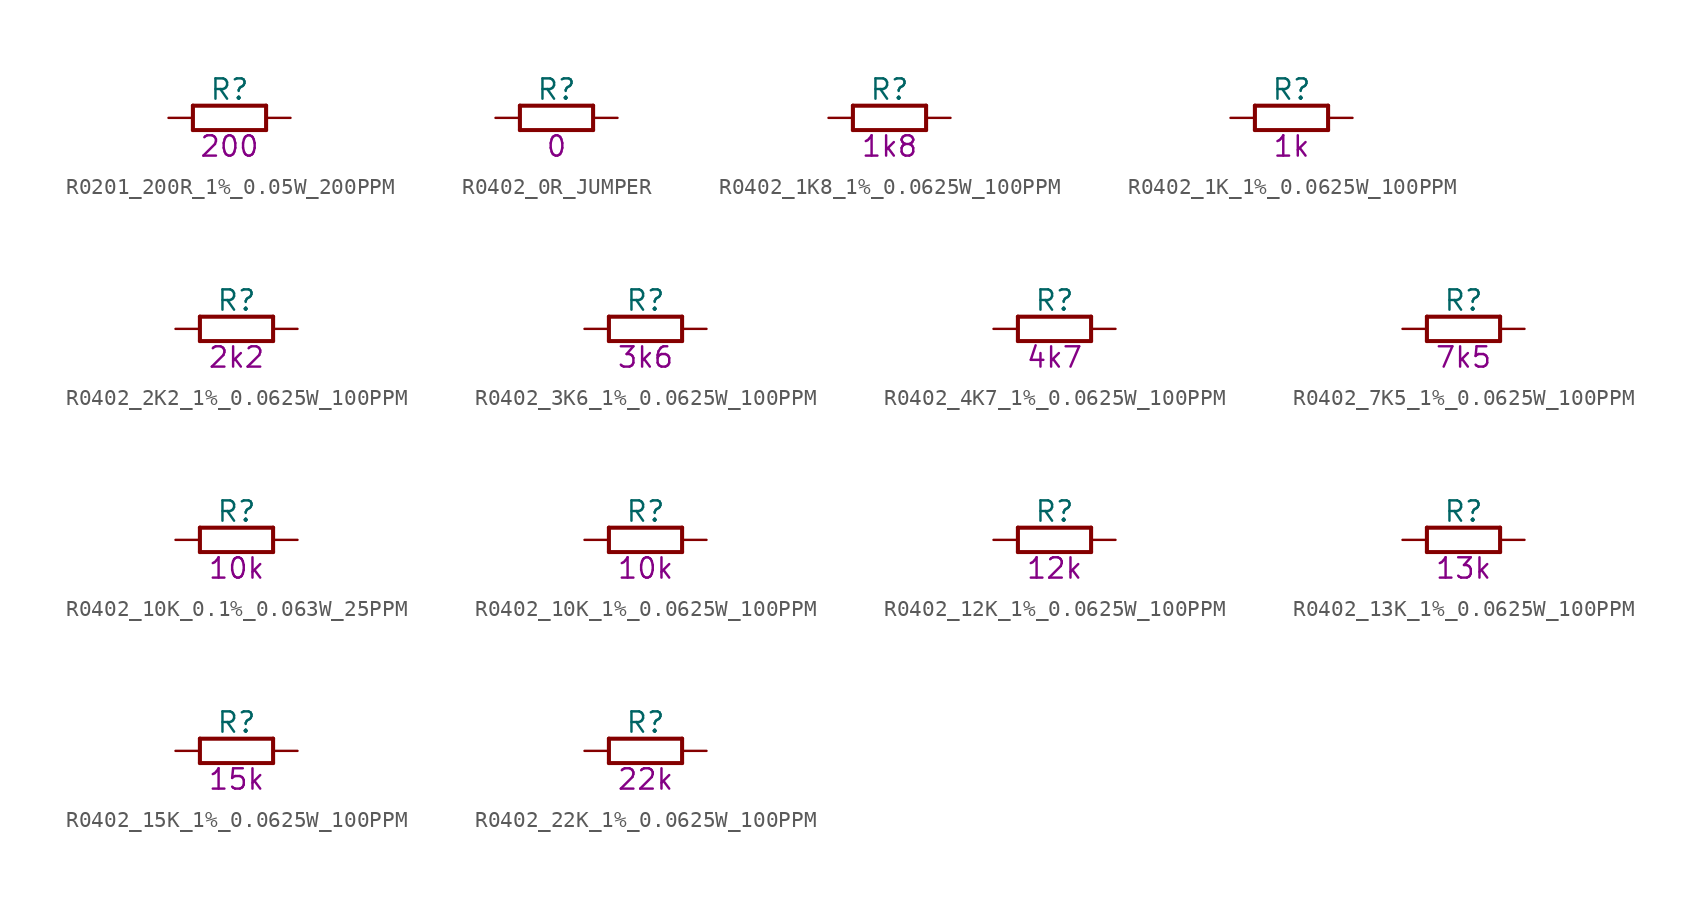
<source format=kicad_sym>
(kicad_symbol_lib
  (version 20211014)
  (generator kicad_symbol_editor)
  (symbol "R0201_200R_1%_0.05W_200PPM"
    (pin_names
      (offset 1.27))
    (property "Reference" "R"
      (at 3.81 1.778 0)
      (effects (font (size 1.27 1.27))))
    (property "Val" "200"
      (at 3.81 -1.778 0)
      (effects (font (size 1.27 1.27))))
    (property "ki_locked" ""
      (at 0 0 0)
      (effects (font (size 1.27 1.27))))
    (symbol "R0201_200R_1%_0.05W_200PPM_0_1"
      (polyline (pts (xy 1.524 -0.762) (xy 6.096 -0.762)) (stroke (width 0.254) (type default) (color 0 0 0 0)) (fill (type none)))
      (polyline (pts (xy 1.524 0.762) (xy 1.524 -0.762)) (stroke (width 0.254) (type default) (color 0 0 0 0)) (fill (type none)))
      (polyline (pts (xy 6.096 -0.762) (xy 6.096 0.762)) (stroke (width 0.254) (type default) (color 0 0 0 0)) (fill (type none)))
      (polyline (pts (xy 6.096 0.762) (xy 1.524 0.762)) (stroke (width 0.254) (type default) (color 0 0 0 0)) (fill (type none)))
      (text "1%" (at 3.81 0 0) (effects (font (size 0.635 0.635)) hide))
      (pin passive line (at 0 0 0) (length 1.524) (name "1" (effects (font (size 0 0)))) (number "1" (effects (font (size 0 0)))))
      (pin passive line (at 7.62 0 180) (length 1.524) (name "2" (effects (font (size 0 0)))) (number "2" (effects (font (size 0 0)))))))
  (symbol "R0402_0R_JUMPER"
    (pin_names
      (offset 1.27))
    (property "Reference" "R"
      (at 3.81 1.778 0)
      (effects (font (size 1.27 1.27))))
    (property "Val" "0"
      (at 3.81 -1.778 0)
      (effects (font (size 1.27 1.27))))
    (property "ki_locked" ""
      (at 0 0 0)
      (effects (font (size 1.27 1.27))))
    (symbol "R0402_0R_JUMPER_0_1"
      (polyline (pts (xy 1.524 -0.762) (xy 6.096 -0.762)) (stroke (width 0.254) (type default) (color 0 0 0 0)) (fill (type none)))
      (polyline (pts (xy 1.524 0.762) (xy 1.524 -0.762)) (stroke (width 0.254) (type default) (color 0 0 0 0)) (fill (type none)))
      (polyline (pts (xy 6.096 -0.762) (xy 6.096 0.762)) (stroke (width 0.254) (type default) (color 0 0 0 0)) (fill (type none)))
      (polyline (pts (xy 6.096 0.762) (xy 1.524 0.762)) (stroke (width 0.254) (type default) (color 0 0 0 0)) (fill (type none)))
      (pin passive line (at 0 0 0) (length 1.524) (name "1" (effects (font (size 0 0)))) (number "1" (effects (font (size 0 0)))))
      (pin passive line (at 7.62 0 180) (length 1.524) (name "2" (effects (font (size 0 0)))) (number "2" (effects (font (size 0 0)))))))
  (symbol "R0402_1K8_1%_0.0625W_100PPM"
    (pin_names
      (offset 1.27))
    (property "Reference" "R"
      (at 3.81 1.778 0)
      (effects (font (size 1.27 1.27))))
    (property "Val" "1k8"
      (at 3.81 -1.778 0)
      (effects (font (size 1.27 1.27))))
    (property "ki_locked" ""
      (at 0 0 0)
      (effects (font (size 1.27 1.27))))
    (symbol "R0402_1K8_1%_0.0625W_100PPM_0_1"
      (polyline (pts (xy 1.524 -0.762) (xy 6.096 -0.762)) (stroke (width 0.254) (type default) (color 0 0 0 0)) (fill (type none)))
      (polyline (pts (xy 1.524 0.762) (xy 1.524 -0.762)) (stroke (width 0.254) (type default) (color 0 0 0 0)) (fill (type none)))
      (polyline (pts (xy 6.096 -0.762) (xy 6.096 0.762)) (stroke (width 0.254) (type default) (color 0 0 0 0)) (fill (type none)))
      (polyline (pts (xy 6.096 0.762) (xy 1.524 0.762)) (stroke (width 0.254) (type default) (color 0 0 0 0)) (fill (type none)))
      (text "1%" (at 3.81 0 0) (effects (font (size 0.635 0.635)) hide))
      (pin passive line (at 0 0 0) (length 1.524) (name "1" (effects (font (size 0 0)))) (number "1" (effects (font (size 0 0)))))
      (pin passive line (at 7.62 0 180) (length 1.524) (name "2" (effects (font (size 0 0)))) (number "2" (effects (font (size 0 0)))))))
  (symbol "R0402_1K_1%_0.0625W_100PPM"
    (pin_names
      (offset 1.27))
    (property "Reference" "R"
      (at 3.81 1.778 0)
      (effects (font (size 1.27 1.27))))
    (property "Val" "1k"
      (at 3.81 -1.778 0)
      (effects (font (size 1.27 1.27))))
    (property "ki_locked" ""
      (at 0 0 0)
      (effects (font (size 1.27 1.27))))
    (symbol "R0402_1K_1%_0.0625W_100PPM_0_1"
      (polyline (pts (xy 1.524 -0.762) (xy 6.096 -0.762)) (stroke (width 0.254) (type default) (color 0 0 0 0)) (fill (type none)))
      (polyline (pts (xy 1.524 0.762) (xy 1.524 -0.762)) (stroke (width 0.254) (type default) (color 0 0 0 0)) (fill (type none)))
      (polyline (pts (xy 6.096 -0.762) (xy 6.096 0.762)) (stroke (width 0.254) (type default) (color 0 0 0 0)) (fill (type none)))
      (polyline (pts (xy 6.096 0.762) (xy 1.524 0.762)) (stroke (width 0.254) (type default) (color 0 0 0 0)) (fill (type none)))
      (text "1%" (at 3.81 0 0) (effects (font (size 0.635 0.635)) hide))
      (pin passive line (at 0 0 0) (length 1.524) (name "1" (effects (font (size 0 0)))) (number "1" (effects (font (size 0 0)))))
      (pin passive line (at 7.62 0 180) (length 1.524) (name "2" (effects (font (size 0 0)))) (number "2" (effects (font (size 0 0)))))))
  (symbol "R0402_2K2_1%_0.0625W_100PPM"
    (pin_names
      (offset 1.27))
    (property "Reference" "R"
      (at 3.81 1.778 0)
      (effects (font (size 1.27 1.27))))
    (property "Val" "2k2"
      (at 3.81 -1.778 0)
      (effects (font (size 1.27 1.27))))
    (property "ki_locked" ""
      (at 0 0 0)
      (effects (font (size 1.27 1.27))))
    (symbol "R0402_2K2_1%_0.0625W_100PPM_0_1"
      (polyline (pts (xy 1.524 -0.762) (xy 6.096 -0.762)) (stroke (width 0.254) (type default) (color 0 0 0 0)) (fill (type none)))
      (polyline (pts (xy 1.524 0.762) (xy 1.524 -0.762)) (stroke (width 0.254) (type default) (color 0 0 0 0)) (fill (type none)))
      (polyline (pts (xy 6.096 -0.762) (xy 6.096 0.762)) (stroke (width 0.254) (type default) (color 0 0 0 0)) (fill (type none)))
      (polyline (pts (xy 6.096 0.762) (xy 1.524 0.762)) (stroke (width 0.254) (type default) (color 0 0 0 0)) (fill (type none)))
      (text "1%" (at 3.81 0 0) (effects (font (size 0.635 0.635)) hide))
      (pin passive line (at 0 0 0) (length 1.524) (name "1" (effects (font (size 0 0)))) (number "1" (effects (font (size 0 0)))))
      (pin passive line (at 7.62 0 180) (length 1.524) (name "2" (effects (font (size 0 0)))) (number "2" (effects (font (size 0 0)))))))
  (symbol "R0402_3K6_1%_0.0625W_100PPM"
    (pin_names
      (offset 1.27))
    (property "Reference" "R"
      (at 3.81 1.778 0)
      (effects (font (size 1.27 1.27))))
    (property "Val" "3k6"
      (at 3.81 -1.778 0)
      (effects (font (size 1.27 1.27))))
    (property "ki_locked" ""
      (at 0 0 0)
      (effects (font (size 1.27 1.27))))
    (symbol "R0402_3K6_1%_0.0625W_100PPM_0_1"
      (polyline (pts (xy 1.524 -0.762) (xy 6.096 -0.762)) (stroke (width 0.254) (type default) (color 0 0 0 0)) (fill (type none)))
      (polyline (pts (xy 1.524 0.762) (xy 1.524 -0.762)) (stroke (width 0.254) (type default) (color 0 0 0 0)) (fill (type none)))
      (polyline (pts (xy 6.096 -0.762) (xy 6.096 0.762)) (stroke (width 0.254) (type default) (color 0 0 0 0)) (fill (type none)))
      (polyline (pts (xy 6.096 0.762) (xy 1.524 0.762)) (stroke (width 0.254) (type default) (color 0 0 0 0)) (fill (type none)))
      (text "1%" (at 3.81 0 0) (effects (font (size 0.635 0.635)) hide))
      (pin passive line (at 0 0 0) (length 1.524) (name "1" (effects (font (size 0 0)))) (number "1" (effects (font (size 0 0)))))
      (pin passive line (at 7.62 0 180) (length 1.524) (name "2" (effects (font (size 0 0)))) (number "2" (effects (font (size 0 0)))))))
  (symbol "R0402_4K7_1%_0.0625W_100PPM"
    (pin_names
      (offset 1.27))
    (property "Reference" "R"
      (at 3.81 1.778 0)
      (effects (font (size 1.27 1.27))))
    (property "Val" "4k7"
      (at 3.81 -1.778 0)
      (effects (font (size 1.27 1.27))))
    (property "ki_locked" ""
      (at 0 0 0)
      (effects (font (size 1.27 1.27))))
    (symbol "R0402_4K7_1%_0.0625W_100PPM_0_1"
      (polyline (pts (xy 1.524 -0.762) (xy 6.096 -0.762)) (stroke (width 0.254) (type default) (color 0 0 0 0)) (fill (type none)))
      (polyline (pts (xy 1.524 0.762) (xy 1.524 -0.762)) (stroke (width 0.254) (type default) (color 0 0 0 0)) (fill (type none)))
      (polyline (pts (xy 6.096 -0.762) (xy 6.096 0.762)) (stroke (width 0.254) (type default) (color 0 0 0 0)) (fill (type none)))
      (polyline (pts (xy 6.096 0.762) (xy 1.524 0.762)) (stroke (width 0.254) (type default) (color 0 0 0 0)) (fill (type none)))
      (text "1%" (at 3.81 0 0) (effects (font (size 0.635 0.635)) hide))
      (pin passive line (at 0 0 0) (length 1.524) (name "1" (effects (font (size 0 0)))) (number "1" (effects (font (size 0 0)))))
      (pin passive line (at 7.62 0 180) (length 1.524) (name "2" (effects (font (size 0 0)))) (number "2" (effects (font (size 0 0)))))))
  (symbol "R0402_7K5_1%_0.0625W_100PPM"
    (pin_names
      (offset 1.27))
    (property "Reference" "R"
      (at 3.81 1.778 0)
      (effects (font (size 1.27 1.27))))
    (property "Val" "7k5"
      (at 3.81 -1.778 0)
      (effects (font (size 1.27 1.27))))
    (property "ki_locked" ""
      (at 0 0 0)
      (effects (font (size 1.27 1.27))))
    (symbol "R0402_7K5_1%_0.0625W_100PPM_0_1"
      (polyline (pts (xy 1.524 -0.762) (xy 6.096 -0.762)) (stroke (width 0.254) (type default) (color 0 0 0 0)) (fill (type none)))
      (polyline (pts (xy 1.524 0.762) (xy 1.524 -0.762)) (stroke (width 0.254) (type default) (color 0 0 0 0)) (fill (type none)))
      (polyline (pts (xy 6.096 -0.762) (xy 6.096 0.762)) (stroke (width 0.254) (type default) (color 0 0 0 0)) (fill (type none)))
      (polyline (pts (xy 6.096 0.762) (xy 1.524 0.762)) (stroke (width 0.254) (type default) (color 0 0 0 0)) (fill (type none)))
      (text "1%" (at 3.81 0 0) (effects (font (size 0.635 0.635)) hide))
      (pin passive line (at 0 0 0) (length 1.524) (name "1" (effects (font (size 0 0)))) (number "1" (effects (font (size 0 0)))))
      (pin passive line (at 7.62 0 180) (length 1.524) (name "2" (effects (font (size 0 0)))) (number "2" (effects (font (size 0 0)))))))
  (symbol "R0402_10K_0.1%_0.063W_25PPM"
    (pin_names
      (offset 1.27))
    (property "Reference" "R"
      (at 3.81 1.778 0)
      (effects (font (size 1.27 1.27))))
    (property "Val" "10k"
      (at 3.81 -1.778 0)
      (effects (font (size 1.27 1.27))))
    (property "ki_locked" ""
      (at 0 0 0)
      (effects (font (size 1.27 1.27))))
    (symbol "R0402_10K_0.1%_0.063W_25PPM_0_1"
      (polyline (pts (xy 1.524 -0.762) (xy 6.096 -0.762)) (stroke (width 0.254) (type default) (color 0 0 0 0)) (fill (type none)))
      (polyline (pts (xy 1.524 0.762) (xy 1.524 -0.762)) (stroke (width 0.254) (type default) (color 0 0 0 0)) (fill (type none)))
      (polyline (pts (xy 6.096 -0.762) (xy 6.096 0.762)) (stroke (width 0.254) (type default) (color 0 0 0 0)) (fill (type none)))
      (polyline (pts (xy 6.096 0.762) (xy 1.524 0.762)) (stroke (width 0.254) (type default) (color 0 0 0 0)) (fill (type none)))
      (text "0.1%" (at 3.81 0 0) (effects (font (size 0.635 0.635)) hide))
      (pin passive line (at 0 0 0) (length 1.524) (name "1" (effects (font (size 0 0)))) (number "1" (effects (font (size 0 0)))))
      (pin passive line (at 7.62 0 180) (length 1.524) (name "2" (effects (font (size 0 0)))) (number "2" (effects (font (size 0 0)))))))
  (symbol "R0402_10K_1%_0.0625W_100PPM"
    (pin_names
      (offset 1.27))
    (property "Reference" "R"
      (at 3.81 1.778 0)
      (effects (font (size 1.27 1.27))))
    (property "Val" "10k"
      (at 3.81 -1.778 0)
      (effects (font (size 1.27 1.27))))
    (property "ki_locked" ""
      (at 0 0 0)
      (effects (font (size 1.27 1.27))))
    (symbol "R0402_10K_1%_0.0625W_100PPM_0_1"
      (polyline (pts (xy 1.524 -0.762) (xy 6.096 -0.762)) (stroke (width 0.254) (type default) (color 0 0 0 0)) (fill (type none)))
      (polyline (pts (xy 1.524 0.762) (xy 1.524 -0.762)) (stroke (width 0.254) (type default) (color 0 0 0 0)) (fill (type none)))
      (polyline (pts (xy 6.096 -0.762) (xy 6.096 0.762)) (stroke (width 0.254) (type default) (color 0 0 0 0)) (fill (type none)))
      (polyline (pts (xy 6.096 0.762) (xy 1.524 0.762)) (stroke (width 0.254) (type default) (color 0 0 0 0)) (fill (type none)))
      (text "1%" (at 3.81 0 0) (effects (font (size 0.635 0.635)) hide))
      (pin passive line (at 0 0 0) (length 1.524) (name "1" (effects (font (size 0 0)))) (number "1" (effects (font (size 0 0)))))
      (pin passive line (at 7.62 0 180) (length 1.524) (name "2" (effects (font (size 0 0)))) (number "2" (effects (font (size 0 0)))))))
  (symbol "R0402_12K_1%_0.0625W_100PPM"
    (pin_names
      (offset 1.27))
    (property "Reference" "R"
      (at 3.81 1.778 0)
      (effects (font (size 1.27 1.27))))
    (property "Val" "12k"
      (at 3.81 -1.778 0)
      (effects (font (size 1.27 1.27))))
    (property "ki_locked" ""
      (at 0 0 0)
      (effects (font (size 1.27 1.27))))
    (symbol "R0402_12K_1%_0.0625W_100PPM_0_1"
      (polyline (pts (xy 1.524 -0.762) (xy 6.096 -0.762)) (stroke (width 0.254) (type default) (color 0 0 0 0)) (fill (type none)))
      (polyline (pts (xy 1.524 0.762) (xy 1.524 -0.762)) (stroke (width 0.254) (type default) (color 0 0 0 0)) (fill (type none)))
      (polyline (pts (xy 6.096 -0.762) (xy 6.096 0.762)) (stroke (width 0.254) (type default) (color 0 0 0 0)) (fill (type none)))
      (polyline (pts (xy 6.096 0.762) (xy 1.524 0.762)) (stroke (width 0.254) (type default) (color 0 0 0 0)) (fill (type none)))
      (text "1%" (at 3.81 0 0) (effects (font (size 0.635 0.635)) hide))
      (pin passive line (at 0 0 0) (length 1.524) (name "1" (effects (font (size 0 0)))) (number "1" (effects (font (size 0 0)))))
      (pin passive line (at 7.62 0 180) (length 1.524) (name "2" (effects (font (size 0 0)))) (number "2" (effects (font (size 0 0)))))))
  (symbol "R0402_13K_1%_0.0625W_100PPM"
    (pin_names
      (offset 1.27))
    (property "Reference" "R"
      (at 3.81 1.778 0)
      (effects (font (size 1.27 1.27))))
    (property "Val" "13k"
      (at 3.81 -1.778 0)
      (effects (font (size 1.27 1.27))))
    (property "ki_locked" ""
      (at 0 0 0)
      (effects (font (size 1.27 1.27))))
    (symbol "R0402_13K_1%_0.0625W_100PPM_0_1"
      (polyline (pts (xy 1.524 -0.762) (xy 6.096 -0.762)) (stroke (width 0.254) (type default) (color 0 0 0 0)) (fill (type none)))
      (polyline (pts (xy 1.524 0.762) (xy 1.524 -0.762)) (stroke (width 0.254) (type default) (color 0 0 0 0)) (fill (type none)))
      (polyline (pts (xy 6.096 -0.762) (xy 6.096 0.762)) (stroke (width 0.254) (type default) (color 0 0 0 0)) (fill (type none)))
      (polyline (pts (xy 6.096 0.762) (xy 1.524 0.762)) (stroke (width 0.254) (type default) (color 0 0 0 0)) (fill (type none)))
      (text "1%" (at 3.81 0 0) (effects (font (size 0.635 0.635)) hide))
      (pin passive line (at 0 0 0) (length 1.524) (name "1" (effects (font (size 0 0)))) (number "1" (effects (font (size 0 0)))))
      (pin passive line (at 7.62 0 180) (length 1.524) (name "2" (effects (font (size 0 0)))) (number "2" (effects (font (size 0 0)))))))
  (symbol "R0402_15K_1%_0.0625W_100PPM"
    (pin_names
      (offset 1.27))
    (property "Reference" "R"
      (at 3.81 1.778 0)
      (effects (font (size 1.27 1.27))))
    (property "Val" "15k"
      (at 3.81 -1.778 0)
      (effects (font (size 1.27 1.27))))
    (property "ki_locked" ""
      (at 0 0 0)
      (effects (font (size 1.27 1.27))))
    (symbol "R0402_15K_1%_0.0625W_100PPM_0_1"
      (polyline (pts (xy 1.524 -0.762) (xy 6.096 -0.762)) (stroke (width 0.254) (type default) (color 0 0 0 0)) (fill (type none)))
      (polyline (pts (xy 1.524 0.762) (xy 1.524 -0.762)) (stroke (width 0.254) (type default) (color 0 0 0 0)) (fill (type none)))
      (polyline (pts (xy 6.096 -0.762) (xy 6.096 0.762)) (stroke (width 0.254) (type default) (color 0 0 0 0)) (fill (type none)))
      (polyline (pts (xy 6.096 0.762) (xy 1.524 0.762)) (stroke (width 0.254) (type default) (color 0 0 0 0)) (fill (type none)))
      (text "1%" (at 3.81 0 0) (effects (font (size 0.635 0.635)) hide))
      (pin passive line (at 0 0 0) (length 1.524) (name "1" (effects (font (size 0 0)))) (number "1" (effects (font (size 0 0)))))
      (pin passive line (at 7.62 0 180) (length 1.524) (name "2" (effects (font (size 0 0)))) (number "2" (effects (font (size 0 0)))))))
  (symbol "R0402_22K_1%_0.0625W_100PPM"
    (pin_names
      (offset 1.27))
    (property "Reference" "R"
      (at 3.81 1.778 0)
      (effects (font (size 1.27 1.27))))
    (property "Val" "22k"
      (at 3.81 -1.778 0)
      (effects (font (size 1.27 1.27))))
    (property "ki_locked" ""
      (at 0 0 0)
      (effects (font (size 1.27 1.27))))
    (symbol "R0402_22K_1%_0.0625W_100PPM_0_1"
      (polyline (pts (xy 1.524 -0.762) (xy 6.096 -0.762)) (stroke (width 0.254) (type default) (color 0 0 0 0)) (fill (type none)))
      (polyline (pts (xy 1.524 0.762) (xy 1.524 -0.762)) (stroke (width 0.254) (type default) (color 0 0 0 0)) (fill (type none)))
      (polyline (pts (xy 6.096 -0.762) (xy 6.096 0.762)) (stroke (width 0.254) (type default) (color 0 0 0 0)) (fill (type none)))
      (polyline (pts (xy 6.096 0.762) (xy 1.524 0.762)) (stroke (width 0.254) (type default) (color 0 0 0 0)) (fill (type none)))
      (text "1%" (at 3.81 0 0) (effects (font (size 0.635 0.635)) hide))
      (pin passive line (at 0 0 0) (length 1.524) (name "1" (effects (font (size 0 0)))) (number "1" (effects (font (size 0 0)))))
      (pin passive line (at 7.62 0 180) (length 1.524) (name "2" (effects (font (size 0 0)))) (number "2" (effects (font (size 0 0))))))))
</source>
